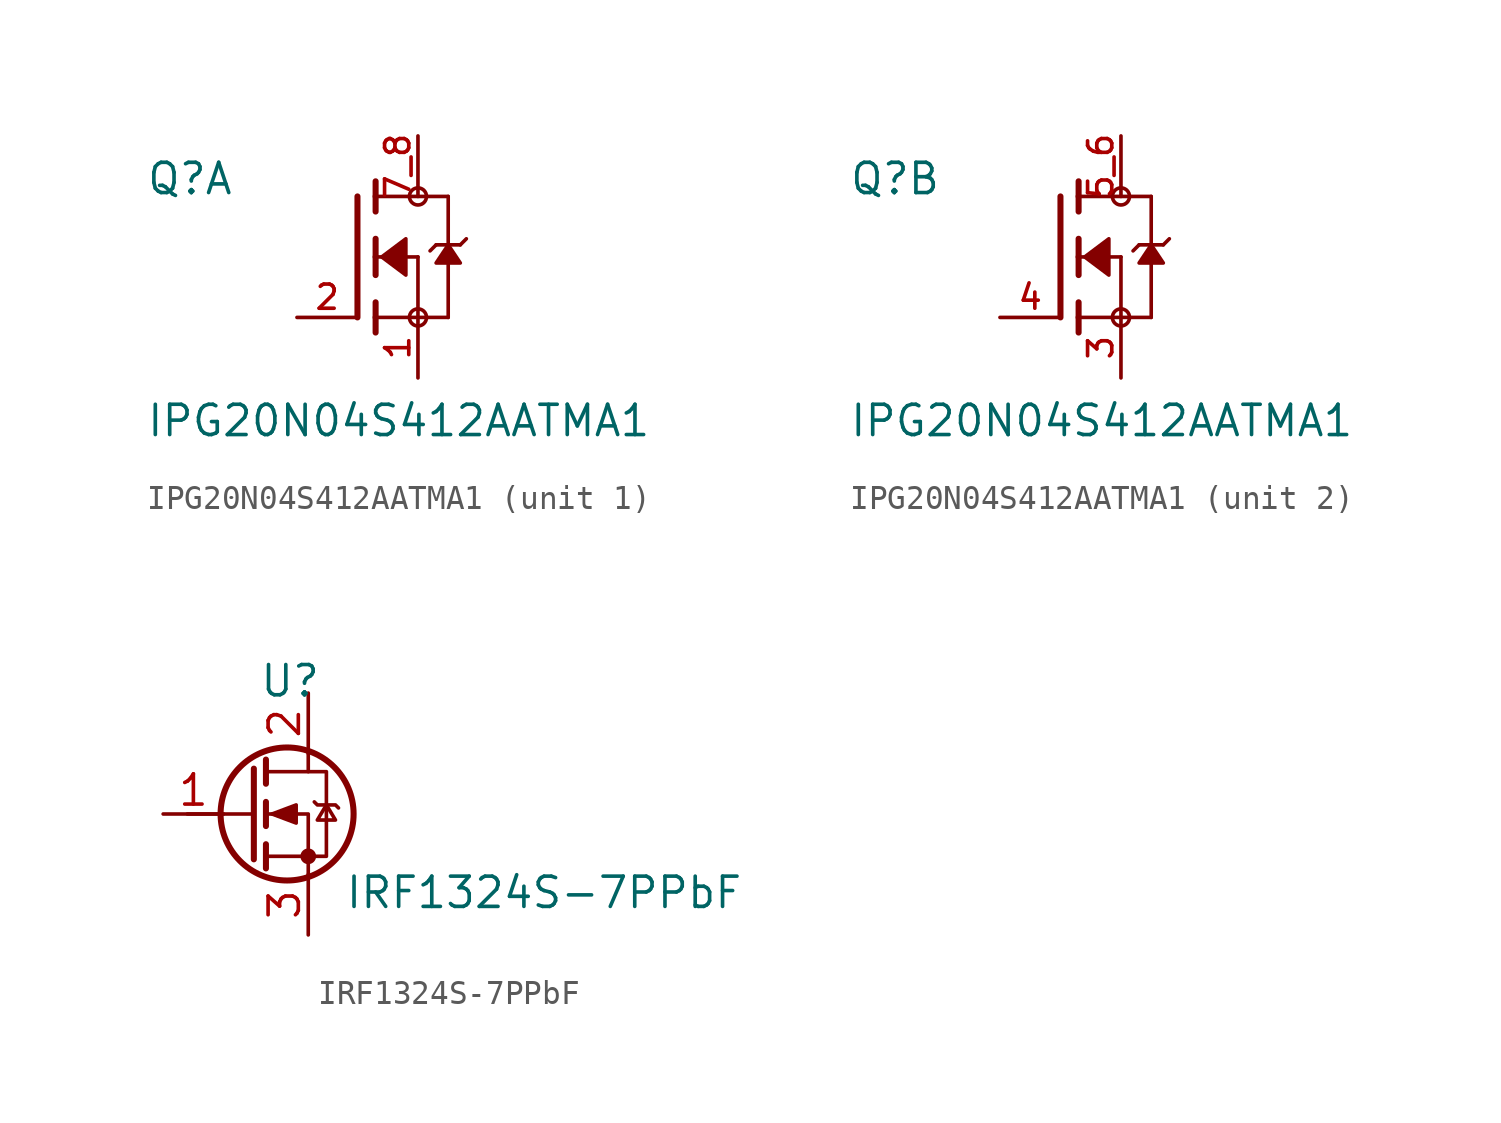
<source format=kicad_sym>
(kicad_symbol_lib
  (version 20231120)
  (generator "kicad_symbol_editor")
  (generator_version "8.0")
  (symbol "IPG20N04S412AATMA1"
    (pin_names
      (offset 1.016))
    (property "Reference" "Q"
      (at -8.89 2.54 0)
      (effects (font (size 1.27 1.27)) (justify left bottom)))
    (property "Value" "IPG20N04S412AATMA1"
      (at -8.89 -7.62 0)
      (effects (font (size 1.27 1.27)) (justify left bottom)))
    (symbol "IPG20N04S412AATMA1_1_0"
      (polyline (pts (xy 0 2.54) (xy 0 -2.54)) (stroke (width 0.254) (type default)) (fill (type none)))
      (polyline (pts (xy 0.762 -2.54) (xy 0.762 -3.175)) (stroke (width 0.254) (type default)) (fill (type none)))
      (polyline (pts (xy 0.762 -1.905) (xy 0.762 -2.54)) (stroke (width 0.254) (type default)) (fill (type none)))
      (polyline (pts (xy 0.762 0) (xy 0.762 -0.762)) (stroke (width 0.254) (type default)) (fill (type none)))
      (polyline (pts (xy 0.762 0) (xy 2.54 0)) (stroke (width 0.152) (type default)) (fill (type none)))
      (polyline (pts (xy 0.762 0.762) (xy 0.762 0)) (stroke (width 0.254) (type default)) (fill (type none)))
      (polyline (pts (xy 0.762 2.54) (xy 0.762 1.905)) (stroke (width 0.254) (type default)) (fill (type none)))
      (polyline (pts (xy 0.762 2.54) (xy 3.81 2.54)) (stroke (width 0.152) (type default)) (fill (type none)))
      (polyline (pts (xy 0.762 3.175) (xy 0.762 2.54)) (stroke (width 0.254) (type default)) (fill (type none)))
      (polyline (pts (xy 2.54 -2.54) (xy 0.762 -2.54)) (stroke (width 0.152) (type default)) (fill (type none)))
      (polyline (pts (xy 2.54 -2.54) (xy 3.81 -2.54)) (stroke (width 0.152) (type default)) (fill (type none)))
      (polyline (pts (xy 2.54 0) (xy 2.54 -2.54)) (stroke (width 0.152) (type default)) (fill (type none)))
      (polyline (pts (xy 3.302 0.508) (xy 3.048 0.254)) (stroke (width 0.152) (type default)) (fill (type none)))
      (polyline (pts (xy 3.81 0.508) (xy 3.302 0.508)) (stroke (width 0.152) (type default)) (fill (type none)))
      (polyline (pts (xy 3.81 0.508) (xy 3.81 -2.54)) (stroke (width 0.152) (type default)) (fill (type none)))
      (polyline (pts (xy 3.81 2.54) (xy 3.81 0.508)) (stroke (width 0.152) (type default)) (fill (type none)))
      (polyline (pts (xy 4.318 0.508) (xy 3.81 0.508)) (stroke (width 0.152) (type default)) (fill (type none)))
      (polyline (pts (xy 4.572 0.762) (xy 4.318 0.508)) (stroke (width 0.152) (type default)) (fill (type none)))
      (polyline (pts (xy 1.016 0) (xy 2.032 0.762) (xy 2.032 -0.762) (xy 1.016 0)) (stroke (width 0.152) (type default)) (fill (type outline)))
      (polyline (pts (xy 3.81 0.508) (xy 3.302 -0.254) (xy 4.318 -0.254) (xy 3.81 0.508)) (stroke (width 0.152) (type default)) (fill (type outline)))
      (circle (center 2.54 -2.54) (radius 0.359) (stroke (width 0) (type default)) (fill (type none)))
      (circle (center 2.54 2.54) (radius 0.359) (stroke (width 0) (type default)) (fill (type none)))
      (pin passive line (at 2.54 -5.08 90) (length 2.54) (name "~" (effects (font (size 1.016 1.016)))) (number "1" (effects (font (size 1.016 1.016)))))
      (pin passive line (at -2.54 -2.54 0) (length 2.54) (name "~" (effects (font (size 1.016 1.016)))) (number "2" (effects (font (size 1.016 1.016)))))
      (pin passive line (at 2.54 5.08 270) (length 2.54) (name "~" (effects (font (size 1.016 1.016)))) (number "7_8" (effects (font (size 1.016 1.016))))))
    (symbol "IPG20N04S412AATMA1_2_0"
      (polyline (pts (xy 0 2.54) (xy 0 -2.54)) (stroke (width 0.254) (type default)) (fill (type none)))
      (polyline (pts (xy 0.762 -2.54) (xy 0.762 -3.175)) (stroke (width 0.254) (type default)) (fill (type none)))
      (polyline (pts (xy 0.762 -1.905) (xy 0.762 -2.54)) (stroke (width 0.254) (type default)) (fill (type none)))
      (polyline (pts (xy 0.762 0) (xy 0.762 -0.762)) (stroke (width 0.254) (type default)) (fill (type none)))
      (polyline (pts (xy 0.762 0) (xy 2.54 0)) (stroke (width 0.152) (type default)) (fill (type none)))
      (polyline (pts (xy 0.762 0.762) (xy 0.762 0)) (stroke (width 0.254) (type default)) (fill (type none)))
      (polyline (pts (xy 0.762 2.54) (xy 0.762 1.905)) (stroke (width 0.254) (type default)) (fill (type none)))
      (polyline (pts (xy 0.762 2.54) (xy 3.81 2.54)) (stroke (width 0.152) (type default)) (fill (type none)))
      (polyline (pts (xy 0.762 3.175) (xy 0.762 2.54)) (stroke (width 0.254) (type default)) (fill (type none)))
      (polyline (pts (xy 2.54 -2.54) (xy 0.762 -2.54)) (stroke (width 0.152) (type default)) (fill (type none)))
      (polyline (pts (xy 2.54 -2.54) (xy 3.81 -2.54)) (stroke (width 0.152) (type default)) (fill (type none)))
      (polyline (pts (xy 2.54 0) (xy 2.54 -2.54)) (stroke (width 0.152) (type default)) (fill (type none)))
      (polyline (pts (xy 3.302 0.508) (xy 3.048 0.254)) (stroke (width 0.152) (type default)) (fill (type none)))
      (polyline (pts (xy 3.81 0.508) (xy 3.302 0.508)) (stroke (width 0.152) (type default)) (fill (type none)))
      (polyline (pts (xy 3.81 0.508) (xy 3.81 -2.54)) (stroke (width 0.152) (type default)) (fill (type none)))
      (polyline (pts (xy 3.81 2.54) (xy 3.81 0.508)) (stroke (width 0.152) (type default)) (fill (type none)))
      (polyline (pts (xy 4.318 0.508) (xy 3.81 0.508)) (stroke (width 0.152) (type default)) (fill (type none)))
      (polyline (pts (xy 4.572 0.762) (xy 4.318 0.508)) (stroke (width 0.152) (type default)) (fill (type none)))
      (polyline (pts (xy 1.016 0) (xy 2.032 0.762) (xy 2.032 -0.762) (xy 1.016 0)) (stroke (width 0.152) (type default)) (fill (type outline)))
      (polyline (pts (xy 3.81 0.508) (xy 3.302 -0.254) (xy 4.318 -0.254) (xy 3.81 0.508)) (stroke (width 0.152) (type default)) (fill (type outline)))
      (circle (center 2.54 -2.54) (radius 0.359) (stroke (width 0) (type default)) (fill (type none)))
      (circle (center 2.54 2.54) (radius 0.359) (stroke (width 0) (type default)) (fill (type none)))
      (pin passive line (at 2.54 -5.08 90) (length 2.54) (name "~" (effects (font (size 1.016 1.016)))) (number "3" (effects (font (size 1.016 1.016)))))
      (pin passive line (at -2.54 -2.54 0) (length 2.54) (name "~" (effects (font (size 1.016 1.016)))) (number "4" (effects (font (size 1.016 1.016)))))
      (pin passive line (at 2.54 5.08 270) (length 2.54) (name "~" (effects (font (size 1.016 1.016)))) (number "5_6" (effects (font (size 1.016 1.016)))))))
  (symbol "IRF1324S-7PPbF"
    (property "Reference" "U"
      (at 0 1.778 0)
      (effects (font (size 1.27 1.27))))
    (property "Value" "IRF1324S-7PPbF"
      (at 10.668 -7.112 0)
      (effects (font (size 1.27 1.27))))
    (symbol "IRF1324S-7PPbF_0_1"
      (circle (center -0.127 -3.81) (radius 2.794) (stroke (width 0.254) (type default)) (fill (type none)))
      (polyline (pts (xy -1.524 -3.81) (xy -4.318 -3.81)) (stroke (width 0) (type default)) (fill (type none)))
      (polyline (pts (xy -1.524 -1.905) (xy -1.524 -5.715)) (stroke (width 0.254) (type default)) (fill (type none)))
      (polyline (pts (xy -1.016 -5.08) (xy -1.016 -6.096)) (stroke (width 0.254) (type default)) (fill (type none)))
      (polyline (pts (xy -1.016 -3.302) (xy -1.016 -4.318)) (stroke (width 0.254) (type default)) (fill (type none)))
      (polyline (pts (xy -1.016 -1.524) (xy -1.016 -2.54)) (stroke (width 0.254) (type default)) (fill (type none)))
      (polyline (pts (xy 0.762 -1.27) (xy 0.762 -2.032)) (stroke (width 0) (type default)) (fill (type none)))
      (polyline (pts (xy 0.762 -6.35) (xy 0.762 -3.81) (xy -1.016 -3.81)) (stroke (width 0) (type default)) (fill (type none)))
      (polyline (pts (xy -1.016 -5.588) (xy 1.524 -5.588) (xy 1.524 -2.032) (xy -1.016 -2.032)) (stroke (width 0) (type default)) (fill (type none)))
      (polyline (pts (xy -0.762 -3.81) (xy 0.254 -3.429) (xy 0.254 -4.191) (xy -0.762 -3.81)) (stroke (width 0) (type default)) (fill (type outline)))
      (polyline (pts (xy 1.016 -3.302) (xy 1.143 -3.429) (xy 1.905 -3.429) (xy 2.032 -3.556)) (stroke (width 0) (type default)) (fill (type none)))
      (polyline (pts (xy 1.524 -3.429) (xy 1.143 -4.064) (xy 1.905 -4.064) (xy 1.524 -3.429)) (stroke (width 0) (type default)) (fill (type none)))
      (circle (center 0.762 -5.588) (radius 0.254) (stroke (width 0) (type default)) (fill (type outline))))
    (symbol "IRF1324S-7PPbF_1_1"
      (pin input line (at -5.334 -3.81 0) (length 2.54) (name "~" (effects (font (size 1.27 1.27)))) (number "1" (effects (font (size 1.27 1.27)))))
      (pin passive line (at 0.762 1.27 270) (length 2.54) (name "~" (effects (font (size 1.27 1.27)))) (number "2" (effects (font (size 1.27 1.27)))))
      (pin passive line (at 0.762 -8.89 90) (length 2.54) (name "~" (effects (font (size 1.27 1.27)))) (number "3" (effects (font (size 1.27 1.27))))))))
</source>
